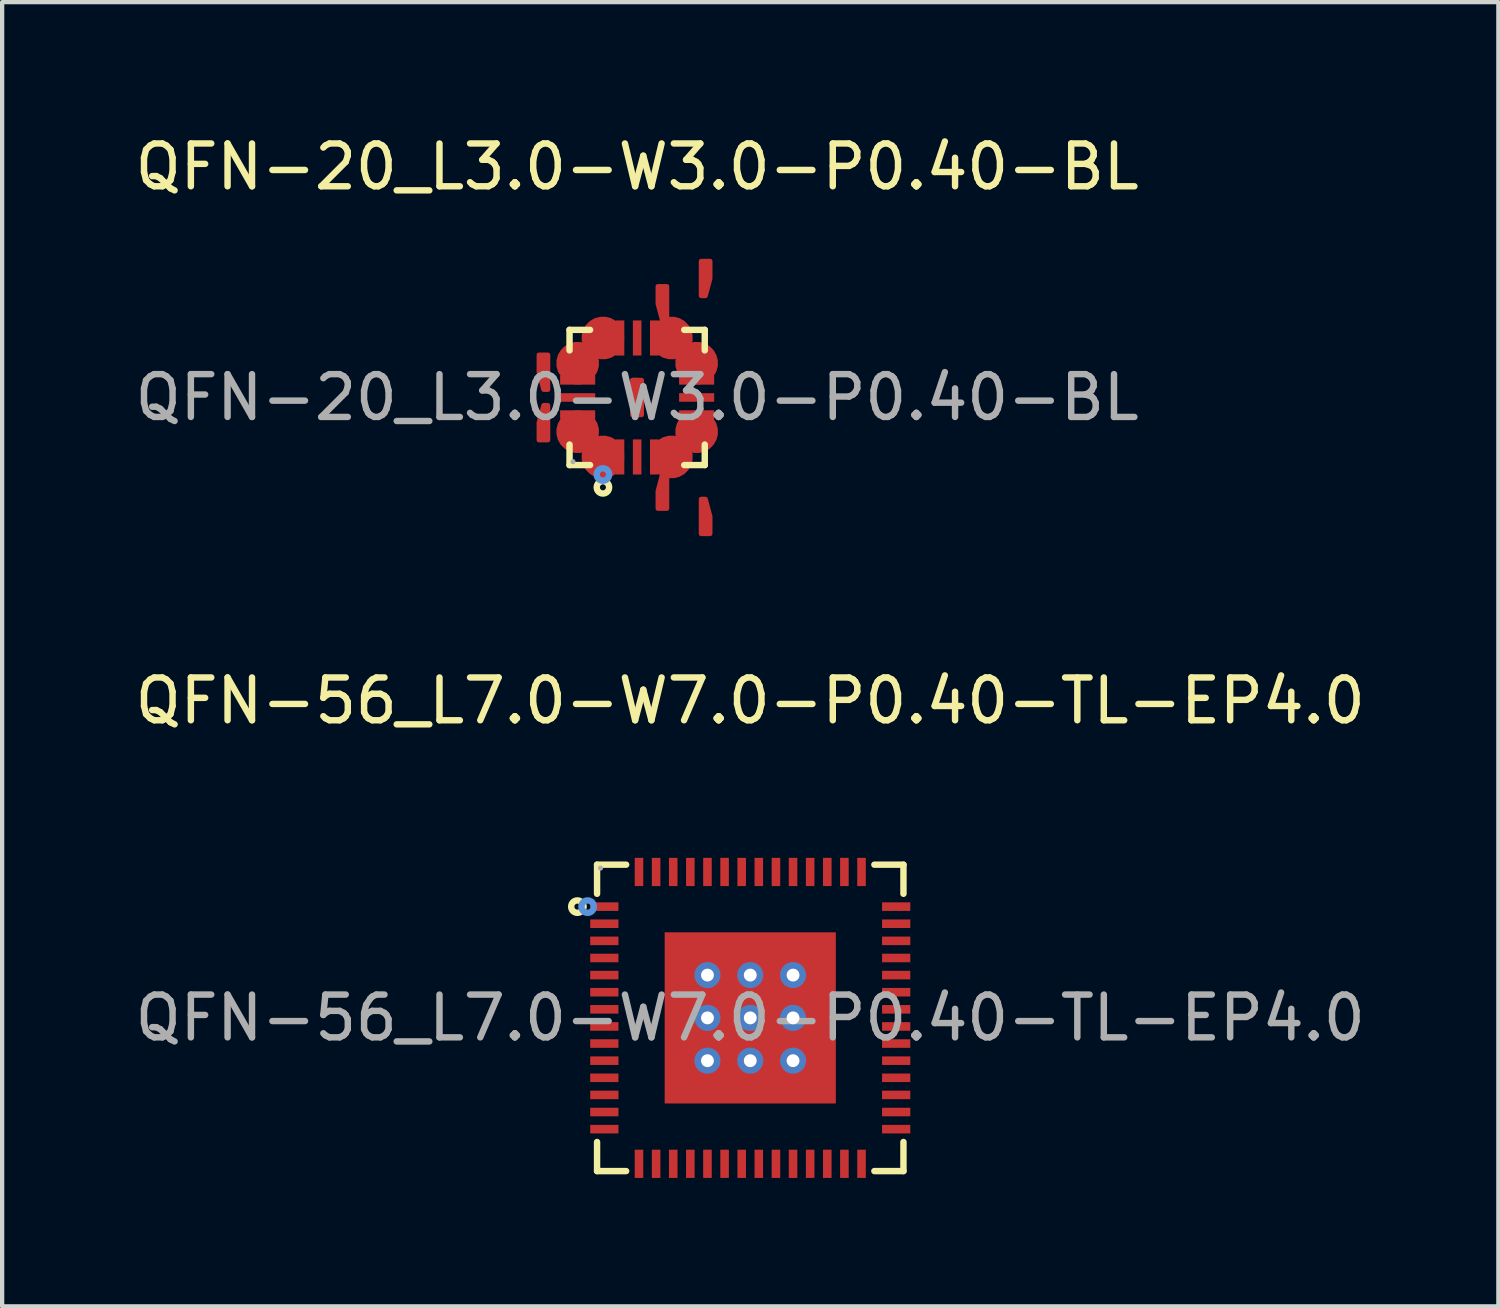
<source format=kicad_pcb>
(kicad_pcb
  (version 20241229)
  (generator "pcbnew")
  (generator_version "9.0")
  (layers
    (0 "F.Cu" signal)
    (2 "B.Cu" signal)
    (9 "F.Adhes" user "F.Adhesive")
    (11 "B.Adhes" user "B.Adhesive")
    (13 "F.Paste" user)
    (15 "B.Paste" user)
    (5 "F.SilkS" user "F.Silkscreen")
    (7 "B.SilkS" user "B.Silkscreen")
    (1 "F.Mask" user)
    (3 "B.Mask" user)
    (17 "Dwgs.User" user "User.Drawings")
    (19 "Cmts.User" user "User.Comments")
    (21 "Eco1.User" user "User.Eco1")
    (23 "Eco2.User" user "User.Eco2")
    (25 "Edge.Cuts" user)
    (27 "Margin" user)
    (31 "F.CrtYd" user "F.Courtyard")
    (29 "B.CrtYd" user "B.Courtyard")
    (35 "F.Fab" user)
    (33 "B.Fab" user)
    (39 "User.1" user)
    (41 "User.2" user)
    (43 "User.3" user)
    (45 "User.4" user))
  (footprint "QFN-20_L3.0-W3.0-P0.40-BL"
    (layer "F.Cu")
    (at 11.839 6.238)
    (property "Reference" "QFN-20_L3.0-W3.0-P0.40-BL" (at 0 -5.39 0) (layer "F.SilkS") (effects (font (size 1 1) (thickness 0.15))))
    (attr smd)
    (fp_line (start -1.58 -1.58) (end -1.1 -1.58) (stroke (width 0.15) (type solid)) (layer "F.SilkS"))
    (fp_line (start -1.58 -1.1) (end -1.58 -1.58) (stroke (width 0.15) (type solid)) (layer "F.SilkS"))
    (fp_line (start -1.58 1.1) (end -1.58 1.58) (stroke (width 0.15) (type solid)) (layer "F.SilkS"))
    (fp_line (start -1.58 1.58) (end -1.1 1.58) (stroke (width 0.15) (type solid)) (layer "F.SilkS"))
    (fp_line (start 1.58 -1.58) (end 1.1 -1.58) (stroke (width 0.15) (type solid)) (layer "F.SilkS"))
    (fp_line (start 1.58 -1.1) (end 1.58 -1.58) (stroke (width 0.15) (type solid)) (layer "F.SilkS"))
    (fp_line (start 1.58 1.1) (end 1.58 1.58) (stroke (width 0.15) (type solid)) (layer "F.SilkS"))
    (fp_line (start 1.58 1.58) (end 1.1 1.58) (stroke (width 0.15) (type solid)) (layer "F.SilkS"))
    (fp_circle (center -0.8 2.1) (end -0.73 2.1) (stroke (width 0.15) (type solid)) (fill no) (layer "F.SilkS"))
    (fp_circle (center -0.8 1.8) (end -0.73 1.8) (stroke (width 0.15) (type solid)) (fill no) (layer "Cmts.User"))
    (fp_circle (center -1.5 1.5) (end -1.47 1.5) (stroke (width 0.06) (type solid)) (fill no) (layer "F.Fab"))
    (fp_text user "${REFERENCE}" (at 0 0 0) (layer "F.Fab") (effects (font (size 1 1) (thickness 0.15))))
    (pad "1" smd custom (at -0.8 1.39 180) (size 1 1) (layers "F.Cu" "F.Mask" "F.Paste") (options (anchor circle)) (primitives (gr_poly (pts (xy -0.69 1.8) (xy -0.69 0.97) (xy -0.8 0.97) (xy -0.91 1.39) (xy -0.91 1.8)) (width 0.1) (fill yes))))
    (pad "2" smd rect (at -0.4 1.39) (size 0.2 0.82) (layers "F.Cu" "F.Mask" "F.Paste"))
    (pad "3" smd rect (at 0 1.39) (size 0.2 0.82) (layers "F.Cu" "F.Mask" "F.Paste"))
    (pad "4" smd rect (at 0.4 1.39) (size 0.2 0.82) (layers "F.Cu" "F.Mask" "F.Paste"))
    (pad "5" smd custom (at 0.8 1.39) (size 1 1) (layers "F.Cu" "F.Mask" "F.Paste") (options (anchor circle)) (primitives (gr_poly (pts (xy 0.69 1.8) (xy 0.69 0.98) (xy 0.8 0.98) (xy 0.91 1.39) (xy 0.91 1.8)) (width 0.1) (fill yes))))
    (pad "6" smd custom (at 1.39 0.8 270) (size 1 1) (layers "F.Cu" "F.Mask" "F.Paste") (options (anchor circle)) (primitives (gr_poly (pts (xy 1.8 0.69) (xy 0.97 0.69) (xy 0.97 0.8) (xy 1.39 0.91) (xy 1.8 0.91)) (width 0.1) (fill yes))))
    (pad "7" smd rect (at 1.39 0.4) (size 0.82 0.2) (layers "F.Cu" "F.Mask" "F.Paste"))
    (pad "8" smd rect (at 1.39 0) (size 0.82 0.2) (layers "F.Cu" "F.Mask" "F.Paste"))
    (pad "9" smd rect (at 1.39 -0.4) (size 0.82 0.2) (layers "F.Cu" "F.Mask" "F.Paste"))
    (pad "10" smd custom (at 1.39 -0.8 90) (size 1 1) (layers "F.Cu" "F.Mask" "F.Paste") (options (anchor circle)) (primitives (gr_poly (pts (xy 1.8 -0.69) (xy 0.98 -0.69) (xy 0.98 -0.8) (xy 1.39 -0.91) (xy 1.8 -0.91)) (width 0.1) (fill yes))))
    (pad "11" smd custom (at 0.8 -1.39) (size 1 1) (layers "F.Cu" "F.Mask" "F.Paste") (options (anchor circle)) (primitives (gr_poly (pts (xy 0.69 -1.8) (xy 0.69 -0.98) (xy 0.8 -0.98) (xy 0.91 -1.39) (xy 0.91 -1.8)) (width 0.1) (fill yes))))
    (pad "12" smd rect (at 0.4 -1.39) (size 0.2 0.82) (layers "F.Cu" "F.Mask" "F.Paste"))
    (pad "13" smd rect (at 0 -1.39) (size 0.2 0.82) (layers "F.Cu" "F.Mask" "F.Paste"))
    (pad "14" smd rect (at -0.4 -1.39) (size 0.2 0.82) (layers "F.Cu" "F.Mask" "F.Paste"))
    (pad "15" smd custom (at -0.8 -1.39 180) (size 1 1) (layers "F.Cu" "F.Mask" "F.Paste") (options (anchor circle)) (primitives (gr_poly (pts (xy -0.69 -1.8) (xy -0.69 -0.98) (xy -0.8 -0.98) (xy -0.91 -1.39) (xy -0.91 -1.8)) (width 0.1) (fill yes))))
    (pad "16" smd custom (at -1.39 -0.8 90) (size 1 1) (layers "F.Cu" "F.Mask" "F.Paste") (options (anchor circle)) (primitives (gr_poly (pts (xy -1.8 -0.69) (xy -0.98 -0.69) (xy -0.98 -0.8) (xy -1.39 -0.91) (xy -1.8 -0.91)) (width 0.1) (fill yes))))
    (pad "17" smd rect (at -1.39 -0.4) (size 0.82 0.2) (layers "F.Cu" "F.Mask" "F.Paste"))
    (pad "18" smd rect (at -1.39 0) (size 0.82 0.2) (layers "F.Cu" "F.Mask" "F.Paste"))
    (pad "19" smd rect (at -1.39 0.4) (size 0.82 0.2) (layers "F.Cu" "F.Mask" "F.Paste"))
    (pad "20" smd custom (at -1.39 0.8 270) (size 1 1) (layers "F.Cu" "F.Mask" "F.Paste") (options (anchor circle)) (primitives (gr_poly (pts (xy -1.8 0.69) (xy -0.98 0.69) (xy -0.98 0.8) (xy -1.39 0.91) (xy -1.8 0.91)) (width 0.1) (fill yes)))))
  (footprint "QFN-56_L7.0-W7.0-P0.40-TL-EP4.0"
    (layer "F.Cu")
    (at 14.482 20.736)
    (property "Reference" "QFN-56_L7.0-W7.0-P0.40-TL-EP4.0" (at 0 -7.41 0) (layer "F.SilkS") (effects (font (size 1 1) (thickness 0.15))))
    (attr smd)
    (fp_line (start -3.58 -3.58) (end -3.58 -2.9) (stroke (width 0.15) (type solid)) (layer "F.SilkS"))
    (fp_line (start -3.58 3.58) (end -3.58 2.9) (stroke (width 0.15) (type solid)) (layer "F.SilkS"))
    (fp_line (start -2.9 -3.58) (end -3.58 -3.58) (stroke (width 0.15) (type solid)) (layer "F.SilkS"))
    (fp_line (start -2.9 3.58) (end -3.58 3.58) (stroke (width 0.15) (type solid)) (layer "F.SilkS"))
    (fp_line (start 2.9 -3.58) (end 3.58 -3.58) (stroke (width 0.15) (type solid)) (layer "F.SilkS"))
    (fp_line (start 2.9 3.58) (end 3.58 3.58) (stroke (width 0.15) (type solid)) (layer "F.SilkS"))
    (fp_line (start 3.58 -3.58) (end 3.58 -2.9) (stroke (width 0.15) (type solid)) (layer "F.SilkS"))
    (fp_line (start 3.58 3.58) (end 3.58 2.9) (stroke (width 0.15) (type solid)) (layer "F.SilkS"))
    (fp_circle (center -4.04 -2.6) (end -3.97 -2.6) (stroke (width 0.15) (type solid)) (fill no) (layer "F.SilkS"))
    (fp_circle (center -3.8 -2.6) (end -3.73 -2.6) (stroke (width 0.15) (type solid)) (fill no) (layer "Cmts.User"))
    (fp_circle (center -3.5 -3.5) (end -3.47 -3.5) (stroke (width 0.06) (type solid)) (fill no) (layer "F.Fab"))
    (fp_text user "${REFERENCE}" (at 0 0 0) (layer "F.Fab") (effects (font (size 1 1) (thickness 0.15))))
    (pad "" thru_hole circle (at -1 -1) (size 0.61 0.61) (drill 0.3) (layers "*.Cu" "*.Paste" "*.Mask"))
    (pad "" thru_hole circle (at -1 0) (size 0.61 0.61) (drill 0.3) (layers "*.Cu" "*.Paste" "*.Mask"))
    (pad "" thru_hole circle (at -1 1) (size 0.61 0.61) (drill 0.3) (layers "*.Cu" "*.Paste" "*.Mask"))
    (pad "" thru_hole circle (at 0 -1) (size 0.61 0.61) (drill 0.3) (layers "*.Cu" "*.Paste" "*.Mask"))
    (pad "" thru_hole circle (at 0 0) (size 0.61 0.61) (drill 0.3) (layers "*.Cu" "*.Paste" "*.Mask"))
    (pad "" thru_hole circle (at 0 1) (size 0.61 0.61) (drill 0.3) (layers "*.Cu" "*.Paste" "*.Mask"))
    (pad "" thru_hole circle (at 1 -1) (size 0.61 0.61) (drill 0.3) (layers "*.Cu" "*.Paste" "*.Mask"))
    (pad "" thru_hole circle (at 1 0) (size 0.61 0.61) (drill 0.3) (layers "*.Cu" "*.Paste" "*.Mask"))
    (pad "" thru_hole circle (at 1 1) (size 0.61 0.61) (drill 0.3) (layers "*.Cu" "*.Paste" "*.Mask"))
    (pad "1" smd rect (at -3.41 -2.6) (size 0.66 0.2) (layers "F.Cu" "F.Mask" "F.Paste"))
    (pad "2" smd rect (at -3.41 -2.2) (size 0.66 0.2) (layers "F.Cu" "F.Mask" "F.Paste"))
    (pad "3" smd rect (at -3.41 -1.8) (size 0.66 0.2) (layers "F.Cu" "F.Mask" "F.Paste"))
    (pad "4" smd rect (at -3.41 -1.4) (size 0.66 0.2) (layers "F.Cu" "F.Mask" "F.Paste"))
    (pad "5" smd rect (at -3.41 -1) (size 0.66 0.2) (layers "F.Cu" "F.Mask" "F.Paste"))
    (pad "6" smd rect (at -3.41 -0.6) (size 0.66 0.2) (layers "F.Cu" "F.Mask" "F.Paste"))
    (pad "7" smd rect (at -3.41 -0.2) (size 0.66 0.2) (layers "F.Cu" "F.Mask" "F.Paste"))
    (pad "8" smd rect (at -3.41 0.2) (size 0.66 0.2) (layers "F.Cu" "F.Mask" "F.Paste"))
    (pad "9" smd rect (at -3.41 0.6) (size 0.66 0.2) (layers "F.Cu" "F.Mask" "F.Paste"))
    (pad "10" smd rect (at -3.41 1) (size 0.66 0.2) (layers "F.Cu" "F.Mask" "F.Paste"))
    (pad "11" smd rect (at -3.41 1.4) (size 0.66 0.2) (layers "F.Cu" "F.Mask" "F.Paste"))
    (pad "12" smd rect (at -3.41 1.8) (size 0.66 0.2) (layers "F.Cu" "F.Mask" "F.Paste"))
    (pad "13" smd rect (at -3.41 2.2) (size 0.66 0.2) (layers "F.Cu" "F.Mask" "F.Paste"))
    (pad "14" smd rect (at -3.41 2.6) (size 0.66 0.2) (layers "F.Cu" "F.Mask" "F.Paste"))
    (pad "15" smd rect (at -2.6 3.41) (size 0.2 0.66) (layers "F.Cu" "F.Mask" "F.Paste"))
    (pad "16" smd rect (at -2.2 3.41) (size 0.2 0.66) (layers "F.Cu" "F.Mask" "F.Paste"))
    (pad "17" smd rect (at -1.8 3.41) (size 0.2 0.66) (layers "F.Cu" "F.Mask" "F.Paste"))
    (pad "18" smd rect (at -1.4 3.41) (size 0.2 0.66) (layers "F.Cu" "F.Mask" "F.Paste"))
    (pad "19" smd rect (at -1 3.41) (size 0.2 0.66) (layers "F.Cu" "F.Mask" "F.Paste"))
    (pad "20" smd rect (at -0.6 3.41) (size 0.2 0.66) (layers "F.Cu" "F.Mask" "F.Paste"))
    (pad "21" smd rect (at -0.2 3.41) (size 0.2 0.66) (layers "F.Cu" "F.Mask" "F.Paste"))
    (pad "22" smd rect (at 0.2 3.41) (size 0.2 0.66) (layers "F.Cu" "F.Mask" "F.Paste"))
    (pad "23" smd rect (at 0.6 3.41) (size 0.2 0.66) (layers "F.Cu" "F.Mask" "F.Paste"))
    (pad "24" smd rect (at 1 3.41) (size 0.2 0.66) (layers "F.Cu" "F.Mask" "F.Paste"))
    (pad "25" smd rect (at 1.4 3.41) (size 0.2 0.66) (layers "F.Cu" "F.Mask" "F.Paste"))
    (pad "26" smd rect (at 1.8 3.41) (size 0.2 0.66) (layers "F.Cu" "F.Mask" "F.Paste"))
    (pad "27" smd rect (at 2.2 3.41) (size 0.2 0.66) (layers "F.Cu" "F.Mask" "F.Paste"))
    (pad "28" smd rect (at 2.6 3.41) (size 0.2 0.66) (layers "F.Cu" "F.Mask" "F.Paste"))
    (pad "29" smd rect (at 3.41 2.6) (size 0.66 0.2) (layers "F.Cu" "F.Mask" "F.Paste"))
    (pad "30" smd rect (at 3.41 2.2) (size 0.66 0.2) (layers "F.Cu" "F.Mask" "F.Paste"))
    (pad "31" smd rect (at 3.41 1.8) (size 0.66 0.2) (layers "F.Cu" "F.Mask" "F.Paste"))
    (pad "32" smd rect (at 3.41 1.4) (size 0.66 0.2) (layers "F.Cu" "F.Mask" "F.Paste"))
    (pad "33" smd rect (at 3.41 1) (size 0.66 0.2) (layers "F.Cu" "F.Mask" "F.Paste"))
    (pad "34" smd rect (at 3.41 0.6) (size 0.66 0.2) (layers "F.Cu" "F.Mask" "F.Paste"))
    (pad "35" smd rect (at 3.41 0.2) (size 0.66 0.2) (layers "F.Cu" "F.Mask" "F.Paste"))
    (pad "36" smd rect (at 3.41 -0.2) (size 0.66 0.2) (layers "F.Cu" "F.Mask" "F.Paste"))
    (pad "37" smd rect (at 3.41 -0.6) (size 0.66 0.2) (layers "F.Cu" "F.Mask" "F.Paste"))
    (pad "38" smd rect (at 3.41 -1) (size 0.66 0.2) (layers "F.Cu" "F.Mask" "F.Paste"))
    (pad "39" smd rect (at 3.41 -1.4) (size 0.66 0.2) (layers "F.Cu" "F.Mask" "F.Paste"))
    (pad "40" smd rect (at 3.41 -1.8) (size 0.66 0.2) (layers "F.Cu" "F.Mask" "F.Paste"))
    (pad "41" smd rect (at 3.41 -2.2) (size 0.66 0.2) (layers "F.Cu" "F.Mask" "F.Paste"))
    (pad "42" smd rect (at 3.41 -2.6) (size 0.66 0.2) (layers "F.Cu" "F.Mask" "F.Paste"))
    (pad "43" smd rect (at 2.6 -3.41) (size 0.2 0.66) (layers "F.Cu" "F.Mask" "F.Paste"))
    (pad "44" smd rect (at 2.2 -3.41) (size 0.2 0.66) (layers "F.Cu" "F.Mask" "F.Paste"))
    (pad "45" smd rect (at 1.8 -3.41) (size 0.2 0.66) (layers "F.Cu" "F.Mask" "F.Paste"))
    (pad "46" smd rect (at 1.4 -3.41) (size 0.2 0.66) (layers "F.Cu" "F.Mask" "F.Paste"))
    (pad "47" smd rect (at 1 -3.41) (size 0.2 0.66) (layers "F.Cu" "F.Mask" "F.Paste"))
    (pad "48" smd rect (at 0.6 -3.41) (size 0.2 0.66) (layers "F.Cu" "F.Mask" "F.Paste"))
    (pad "49" smd rect (at 0.2 -3.41) (size 0.2 0.66) (layers "F.Cu" "F.Mask" "F.Paste"))
    (pad "50" smd rect (at -0.2 -3.41) (size 0.2 0.66) (layers "F.Cu" "F.Mask" "F.Paste"))
    (pad "51" smd rect (at -0.6 -3.41) (size 0.2 0.66) (layers "F.Cu" "F.Mask" "F.Paste"))
    (pad "52" smd rect (at -1 -3.41) (size 0.2 0.66) (layers "F.Cu" "F.Mask" "F.Paste"))
    (pad "53" smd rect (at -1.4 -3.41) (size 0.2 0.66) (layers "F.Cu" "F.Mask" "F.Paste"))
    (pad "54" smd rect (at -1.8 -3.41) (size 0.2 0.66) (layers "F.Cu" "F.Mask" "F.Paste"))
    (pad "55" smd rect (at -2.2 -3.41) (size 0.2 0.66) (layers "F.Cu" "F.Mask" "F.Paste"))
    (pad "56" smd rect (at -2.6 -3.41) (size 0.2 0.66) (layers "F.Cu" "F.Mask" "F.Paste"))
    (pad "57" smd rect (at 0 0) (size 4 4) (layers "F.Cu" "F.Mask" "F.Paste")))
  (gr_rect
    (start -3 -3)
    (end 31.964 27.477)
    (stroke (width 0.1) (type default))
    (fill no)
    (layer "Edge.Cuts")))
</source>
